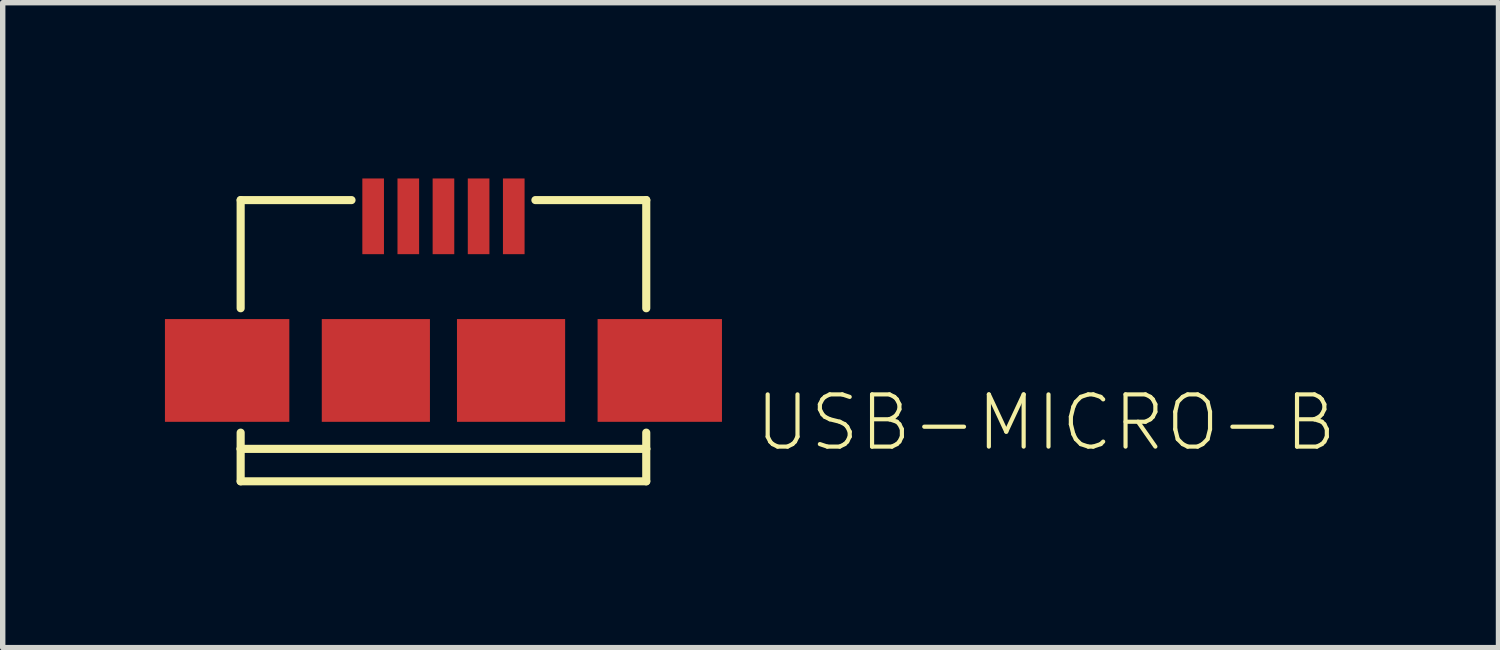
<source format=kicad_pcb>
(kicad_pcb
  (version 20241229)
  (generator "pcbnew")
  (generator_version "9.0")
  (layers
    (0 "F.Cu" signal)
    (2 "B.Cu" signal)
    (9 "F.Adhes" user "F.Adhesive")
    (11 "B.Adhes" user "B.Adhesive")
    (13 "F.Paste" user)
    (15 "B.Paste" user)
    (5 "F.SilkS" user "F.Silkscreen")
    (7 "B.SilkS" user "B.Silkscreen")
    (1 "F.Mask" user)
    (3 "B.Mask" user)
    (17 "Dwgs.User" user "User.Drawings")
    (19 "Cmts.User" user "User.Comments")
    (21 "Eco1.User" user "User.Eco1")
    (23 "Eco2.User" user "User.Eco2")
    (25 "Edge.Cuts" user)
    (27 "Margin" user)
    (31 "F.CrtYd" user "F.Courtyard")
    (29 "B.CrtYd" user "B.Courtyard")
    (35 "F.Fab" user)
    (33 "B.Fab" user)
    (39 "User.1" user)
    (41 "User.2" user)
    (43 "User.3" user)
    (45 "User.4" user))
  (footprint "USB-MICRO-B"
    (layer "F.Cu")
    (at 5.15 0.25)
    (property "Reference" "USB-MICRO-B" (at 5.715 5.08 0) (layer "F.SilkS") (effects (font (size 0.965 0.965) (thickness 0.077)) (justify left bottom)))
    (attr through_hole)
    (fp_line (start -3.75 0.4) (end -1.7 0.4) (stroke (width 0.15) (type solid)) (layer "F.SilkS"))
    (fp_line (start -3.75 2.4) (end -3.75 0.4) (stroke (width 0.15) (type solid)) (layer "F.SilkS"))
    (fp_line (start -3.75 5) (end -3.75 4.7) (stroke (width 0.15) (type solid)) (layer "F.SilkS"))
    (fp_line (start -3.75 5.6) (end -3.75 5) (stroke (width 0.15) (type solid)) (layer "F.SilkS"))
    (fp_line (start 1.7 0.4) (end 3.75 0.4) (stroke (width 0.15) (type solid)) (layer "F.SilkS"))
    (fp_line (start 3.75 0.4) (end 3.75 2.4) (stroke (width 0.15) (type solid)) (layer "F.SilkS"))
    (fp_line (start 3.75 4.7) (end 3.75 5) (stroke (width 0.15) (type solid)) (layer "F.SilkS"))
    (fp_line (start 3.75 5) (end -3.75 5) (stroke (width 0.15) (type solid)) (layer "F.SilkS"))
    (fp_line (start 3.75 5) (end 3.75 5.6) (stroke (width 0.15) (type solid)) (layer "F.SilkS"))
    (fp_line (start 3.75 5.6) (end -3.75 5.6) (stroke (width 0.15) (type solid)) (layer "F.SilkS"))
    (pad "1" smd rect (at -1.3 0.7 180) (size 0.4 1.4) (layers "F.Cu" "F.Mask" "F.Paste"))
    (pad "2" smd rect (at -0.65 0.7 180) (size 0.4 1.4) (layers "F.Cu" "F.Mask" "F.Paste"))
    (pad "3" smd rect (at 0 0.7 180) (size 0.4 1.4) (layers "F.Cu" "F.Mask" "F.Paste"))
    (pad "4" smd rect (at 0.65 0.7 180) (size 0.4 1.4) (layers "F.Cu" "F.Mask" "F.Paste"))
    (pad "5" smd rect (at 1.3 0.7 180) (size 0.4 1.4) (layers "F.Cu" "F.Mask" "F.Paste"))
    (pad "G1" smd rect (at 4 3.55) (size 2.3 1.9) (layers "F.Cu" "F.Mask" "F.Paste"))
    (pad "G2" smd rect (at 1.25 3.55) (size 2 1.9) (layers "F.Cu" "F.Mask" "F.Paste"))
    (pad "G3" smd rect (at -1.25 3.55) (size 2 1.9) (layers "F.Cu" "F.Mask" "F.Paste"))
    (pad "G4" smd rect (at -4 3.55) (size 2.3 1.9) (layers "F.Cu" "F.Mask" "F.Paste")))
  (gr_rect
    (start -3 -3)
    (end 24.659 8.925)
    (stroke (width 0.1) (type default))
    (fill no)
    (layer "Edge.Cuts")))
</source>
